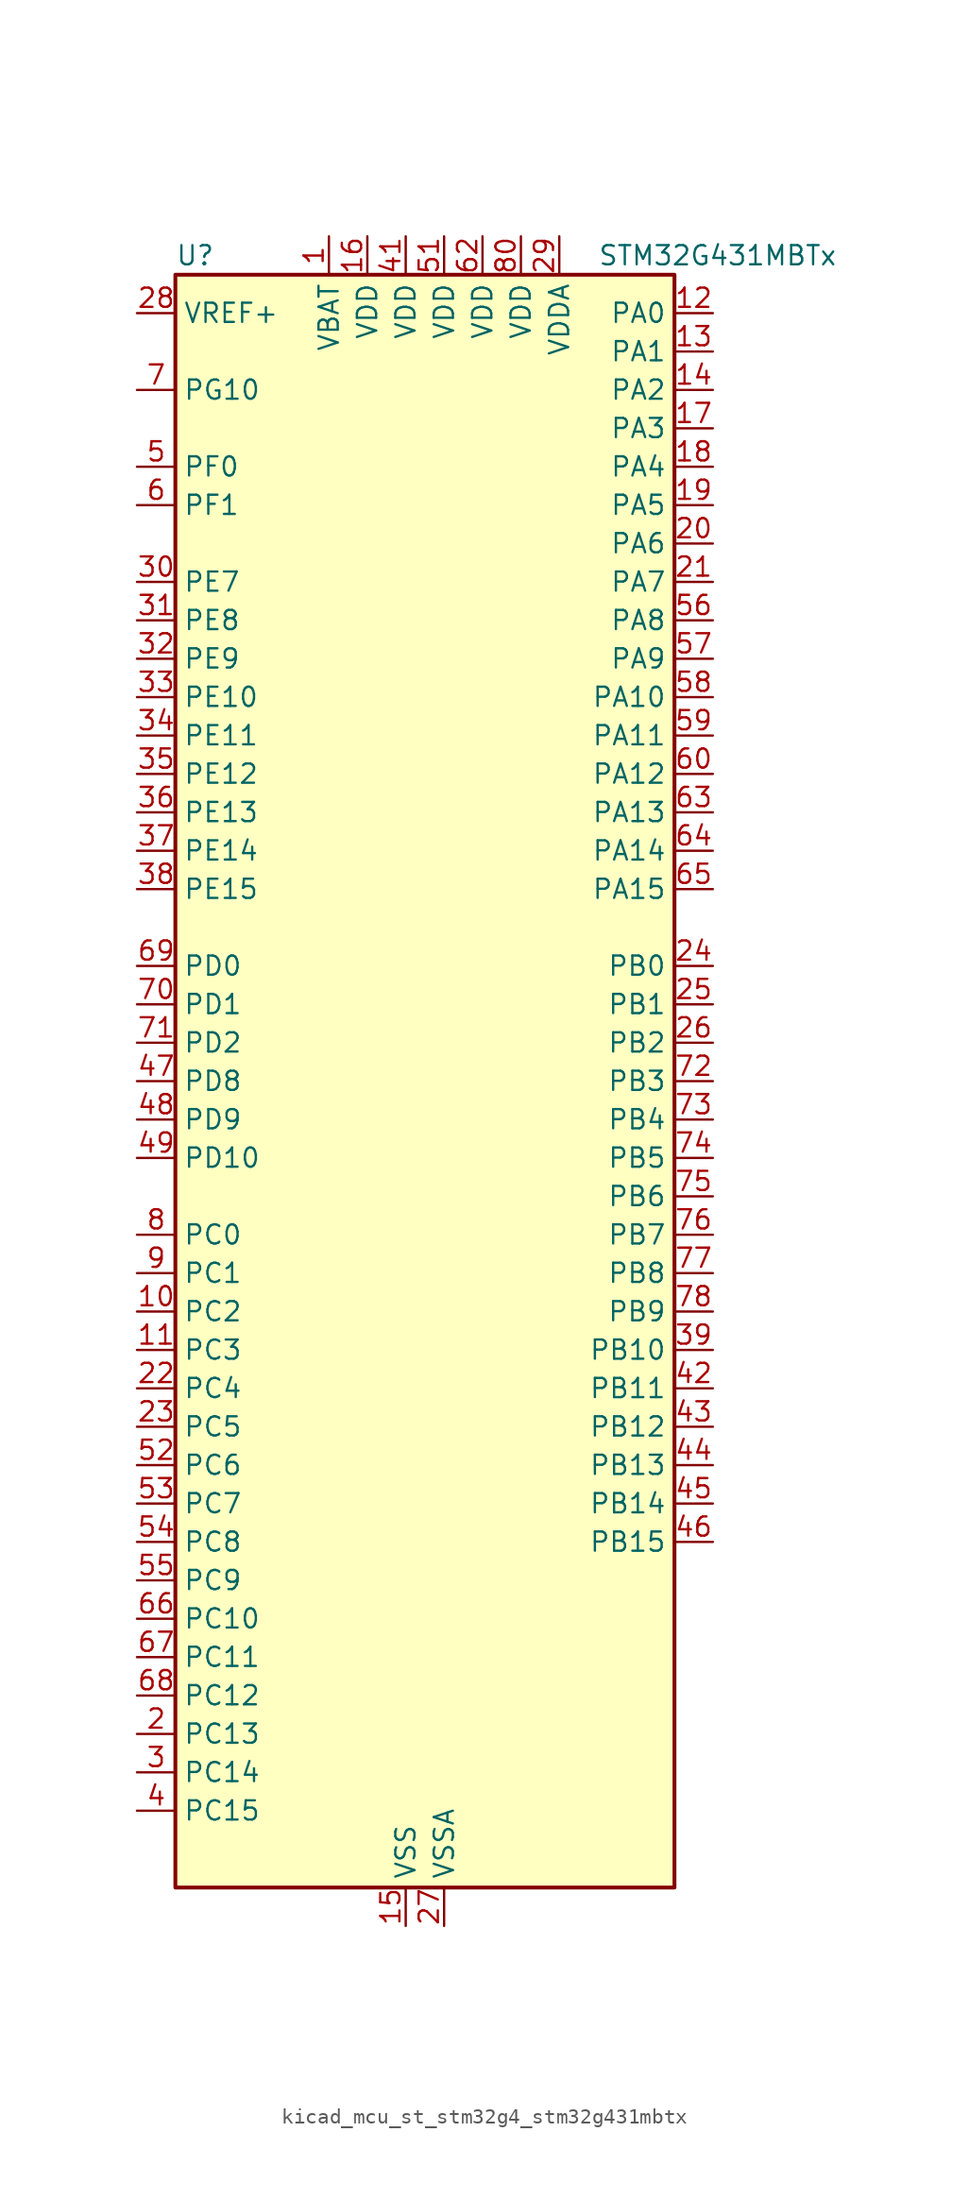
<source format=kicad_sym>
(kicad_symbol_lib
  (version 20220914)
  (generator kicad_symbol_editor)
  (symbol "kicad_mcu_st_stm32g4_stm32g431mbtx"
    (property "Reference" "U"
      (at -15.24 54.61 0)
      (effects (font (size 1.27 1.27)) (justify left)))
    (property "Value" "STM32G431MBTx"
      (at 12.7 54.61 0)
      (effects (font (size 1.27 1.27)) (justify left)))
    (property "ki_locked" ""
      (at 0 0 0)
      (effects (font (size 1.27 1.27))))
    (symbol "kicad_mcu_st_stm32g4_stm32g431mbtx_0_1"
      (rectangle (start -15.24 -53.34) (end 17.78 53.34) (stroke (width 0.254) (type default)) (fill (type background))))
    (symbol "kicad_mcu_st_stm32g4_stm32g431mbtx_1_1"
      (pin power_in line (at -5.08 55.88 270) (length 2.54) (name "VBAT" (effects (font (size 1.27 1.27)))) (number "1" (effects (font (size 1.27 1.27)))))
      (pin bidirectional line (at -17.78 -15.24 0) (length 2.54) (name "PC2" (effects (font (size 1.27 1.27)))) (number "10" (effects (font (size 1.27 1.27)))) (alternate "ADC1_IN8" bidirectional line) (alternate "ADC2_IN8" bidirectional line) (alternate "COMP3_OUT" bidirectional line) (alternate "LPTIM1_IN2" bidirectional line) (alternate "TIM1_CH3" bidirectional line))
      (pin bidirectional line (at -17.78 -17.78 0) (length 2.54) (name "PC3" (effects (font (size 1.27 1.27)))) (number "11" (effects (font (size 1.27 1.27)))) (alternate "ADC1_IN9" bidirectional line) (alternate "ADC2_IN9" bidirectional line) (alternate "LPTIM1_ETR" bidirectional line) (alternate "SAI1_D1" bidirectional line) (alternate "SAI1_SD_A" bidirectional line) (alternate "TIM1_BKIN2" bidirectional line) (alternate "TIM1_CH4" bidirectional line))
      (pin bidirectional line (at 20.32 50.8 180) (length 2.54) (name "PA0" (effects (font (size 1.27 1.27)))) (number "12" (effects (font (size 1.27 1.27)))) (alternate "ADC1_IN1" bidirectional line) (alternate "ADC2_IN1" bidirectional line) (alternate "COMP1_INM" bidirectional line) (alternate "COMP1_OUT" bidirectional line) (alternate "COMP3_INP" bidirectional line) (alternate "RTC_TAMP2" bidirectional line) (alternate "SYS_WKUP1" bidirectional line) (alternate "TIM2_CH1" bidirectional line) (alternate "TIM2_ETR" bidirectional line) (alternate "TIM8_BKIN" bidirectional line) (alternate "TIM8_ETR" bidirectional line) (alternate "USART2_CTS" bidirectional line) (alternate "USART2_NSS" bidirectional line))
      (pin bidirectional line (at 20.32 48.26 180) (length 2.54) (name "PA1" (effects (font (size 1.27 1.27)))) (number "13" (effects (font (size 1.27 1.27)))) (alternate "ADC1_IN2" bidirectional line) (alternate "ADC2_IN2" bidirectional line) (alternate "COMP1_INP" bidirectional line) (alternate "OPAMP1_VINP" bidirectional line) (alternate "OPAMP1_VINP_SEC" bidirectional line) (alternate "OPAMP3_VINP" bidirectional line) (alternate "OPAMP3_VINP_SEC" bidirectional line) (alternate "RTC_REFIN" bidirectional line) (alternate "TIM15_CH1N" bidirectional line) (alternate "TIM2_CH2" bidirectional line) (alternate "USART2_DE" bidirectional line) (alternate "USART2_RTS" bidirectional line))
      (pin bidirectional line (at 20.32 45.72 180) (length 2.54) (name "PA2" (effects (font (size 1.27 1.27)))) (number "14" (effects (font (size 1.27 1.27)))) (alternate "ADC1_IN3" bidirectional line) (alternate "COMP2_INM" bidirectional line) (alternate "COMP2_OUT" bidirectional line) (alternate "LPUART1_TX" bidirectional line) (alternate "OPAMP1_VOUT" bidirectional line) (alternate "RCC_LSCO" bidirectional line) (alternate "SYS_WKUP4" bidirectional line) (alternate "TIM15_CH1" bidirectional line) (alternate "TIM2_CH3" bidirectional line) (alternate "UCPD1_FRSTX1" bidirectional line) (alternate "UCPD1_FRSTX2" bidirectional line) (alternate "USART2_TX" bidirectional line))
      (pin power_in line (at 0 -55.88 90) (length 2.54) (name "VSS" (effects (font (size 1.27 1.27)))) (number "15" (effects (font (size 1.27 1.27)))))
      (pin power_in line (at -2.54 55.88 270) (length 2.54) (name "VDD" (effects (font (size 1.27 1.27)))) (number "16" (effects (font (size 1.27 1.27)))))
      (pin bidirectional line (at 20.32 43.18 180) (length 2.54) (name "PA3" (effects (font (size 1.27 1.27)))) (number "17" (effects (font (size 1.27 1.27)))) (alternate "ADC1_IN4" bidirectional line) (alternate "COMP2_INP" bidirectional line) (alternate "LPUART1_RX" bidirectional line) (alternate "OPAMP1_VINM" bidirectional line) (alternate "OPAMP1_VINM0" bidirectional line) (alternate "OPAMP1_VINM_SEC" bidirectional line) (alternate "OPAMP1_VINP" bidirectional line) (alternate "OPAMP1_VINP_SEC" bidirectional line) (alternate "SAI1_CK1" bidirectional line) (alternate "SAI1_MCLK_A" bidirectional line) (alternate "TIM15_CH2" bidirectional line) (alternate "TIM2_CH4" bidirectional line) (alternate "USART2_RX" bidirectional line))
      (pin bidirectional line (at 20.32 40.64 180) (length 2.54) (name "PA4" (effects (font (size 1.27 1.27)))) (number "18" (effects (font (size 1.27 1.27)))) (alternate "ADC2_IN17" bidirectional line) (alternate "COMP1_INM" bidirectional line) (alternate "DAC1_OUT1" bidirectional line) (alternate "I2S3_WS" bidirectional line) (alternate "SAI1_FS_B" bidirectional line) (alternate "SPI1_NSS" bidirectional line) (alternate "SPI3_NSS" bidirectional line) (alternate "TIM3_CH2" bidirectional line) (alternate "USART2_CK" bidirectional line))
      (pin bidirectional line (at 20.32 38.1 180) (length 2.54) (name "PA5" (effects (font (size 1.27 1.27)))) (number "19" (effects (font (size 1.27 1.27)))) (alternate "ADC2_IN13" bidirectional line) (alternate "COMP2_INM" bidirectional line) (alternate "DAC1_OUT2" bidirectional line) (alternate "OPAMP2_VINM" bidirectional line) (alternate "OPAMP2_VINM0" bidirectional line) (alternate "OPAMP2_VINM_SEC" bidirectional line) (alternate "SPI1_SCK" bidirectional line) (alternate "TIM2_CH1" bidirectional line) (alternate "TIM2_ETR" bidirectional line) (alternate "UCPD1_FRSTX1" bidirectional line) (alternate "UCPD1_FRSTX2" bidirectional line))
      (pin bidirectional line (at -17.78 -43.18 0) (length 2.54) (name "PC13" (effects (font (size 1.27 1.27)))) (number "2" (effects (font (size 1.27 1.27)))) (alternate "RTC_OUT1" bidirectional line) (alternate "RTC_TAMP1" bidirectional line) (alternate "RTC_TS" bidirectional line) (alternate "SYS_WKUP2" bidirectional line) (alternate "TIM1_BKIN" bidirectional line) (alternate "TIM1_CH1N" bidirectional line) (alternate "TIM8_CH4N" bidirectional line))
      (pin bidirectional line (at 20.32 35.56 180) (length 2.54) (name "PA6" (effects (font (size 1.27 1.27)))) (number "20" (effects (font (size 1.27 1.27)))) (alternate "ADC2_IN3" bidirectional line) (alternate "COMP1_OUT" bidirectional line) (alternate "LPUART1_CTS" bidirectional line) (alternate "OPAMP2_VOUT" bidirectional line) (alternate "SPI1_MISO" bidirectional line) (alternate "TIM16_CH1" bidirectional line) (alternate "TIM1_BKIN" bidirectional line) (alternate "TIM3_CH1" bidirectional line) (alternate "TIM8_BKIN" bidirectional line))
      (pin bidirectional line (at 20.32 33.02 180) (length 2.54) (name "PA7" (effects (font (size 1.27 1.27)))) (number "21" (effects (font (size 1.27 1.27)))) (alternate "ADC2_IN4" bidirectional line) (alternate "COMP2_INP" bidirectional line) (alternate "COMP2_OUT" bidirectional line) (alternate "OPAMP1_VINP" bidirectional line) (alternate "OPAMP1_VINP_SEC" bidirectional line) (alternate "OPAMP2_VINP" bidirectional line) (alternate "OPAMP2_VINP_SEC" bidirectional line) (alternate "SPI1_MOSI" bidirectional line) (alternate "TIM17_CH1" bidirectional line) (alternate "TIM1_CH1N" bidirectional line) (alternate "TIM3_CH2" bidirectional line) (alternate "TIM8_CH1N" bidirectional line) (alternate "UCPD1_FRSTX1" bidirectional line) (alternate "UCPD1_FRSTX2" bidirectional line))
      (pin bidirectional line (at -17.78 -20.32 0) (length 2.54) (name "PC4" (effects (font (size 1.27 1.27)))) (number "22" (effects (font (size 1.27 1.27)))) (alternate "ADC2_IN5" bidirectional line) (alternate "I2C2_SCL" bidirectional line) (alternate "TIM1_ETR" bidirectional line) (alternate "USART1_TX" bidirectional line))
      (pin bidirectional line (at -17.78 -22.86 0) (length 2.54) (name "PC5" (effects (font (size 1.27 1.27)))) (number "23" (effects (font (size 1.27 1.27)))) (alternate "ADC2_IN11" bidirectional line) (alternate "OPAMP1_VINM" bidirectional line) (alternate "OPAMP1_VINM1" bidirectional line) (alternate "OPAMP1_VINM_SEC" bidirectional line) (alternate "OPAMP2_VINM" bidirectional line) (alternate "OPAMP2_VINM1" bidirectional line) (alternate "OPAMP2_VINM_SEC" bidirectional line) (alternate "SAI1_D3" bidirectional line) (alternate "SYS_WKUP5" bidirectional line) (alternate "TIM15_BKIN" bidirectional line) (alternate "TIM1_CH4N" bidirectional line) (alternate "USART1_RX" bidirectional line))
      (pin bidirectional line (at 20.32 7.62 180) (length 2.54) (name "PB0" (effects (font (size 1.27 1.27)))) (number "24" (effects (font (size 1.27 1.27)))) (alternate "ADC1_IN15" bidirectional line) (alternate "COMP4_INP" bidirectional line) (alternate "OPAMP2_VINP" bidirectional line) (alternate "OPAMP2_VINP_SEC" bidirectional line) (alternate "OPAMP3_VINP" bidirectional line) (alternate "OPAMP3_VINP_SEC" bidirectional line) (alternate "TIM1_CH2N" bidirectional line) (alternate "TIM3_CH3" bidirectional line) (alternate "TIM8_CH2N" bidirectional line) (alternate "UCPD1_FRSTX1" bidirectional line) (alternate "UCPD1_FRSTX2" bidirectional line))
      (pin bidirectional line (at 20.32 5.08 180) (length 2.54) (name "PB1" (effects (font (size 1.27 1.27)))) (number "25" (effects (font (size 1.27 1.27)))) (alternate "ADC1_IN12" bidirectional line) (alternate "COMP1_INP" bidirectional line) (alternate "COMP4_OUT" bidirectional line) (alternate "LPUART1_DE" bidirectional line) (alternate "LPUART1_RTS" bidirectional line) (alternate "OPAMP3_VOUT" bidirectional line) (alternate "TIM1_CH3N" bidirectional line) (alternate "TIM3_CH4" bidirectional line) (alternate "TIM8_CH3N" bidirectional line))
      (pin bidirectional line (at 20.32 2.54 180) (length 2.54) (name "PB2" (effects (font (size 1.27 1.27)))) (number "26" (effects (font (size 1.27 1.27)))) (alternate "ADC2_IN12" bidirectional line) (alternate "COMP4_INM" bidirectional line) (alternate "I2C3_SMBA" bidirectional line) (alternate "LPTIM1_OUT" bidirectional line) (alternate "OPAMP3_VINM" bidirectional line) (alternate "OPAMP3_VINM0" bidirectional line) (alternate "OPAMP3_VINM_SEC" bidirectional line) (alternate "RTC_OUT2" bidirectional line))
      (pin power_in line (at 2.54 -55.88 90) (length 2.54) (name "VSSA" (effects (font (size 1.27 1.27)))) (number "27" (effects (font (size 1.27 1.27)))))
      (pin input line (at -17.78 50.8 0) (length 2.54) (name "VREF+" (effects (font (size 1.27 1.27)))) (number "28" (effects (font (size 1.27 1.27)))) (alternate "VREFBUF_OUT" bidirectional line))
      (pin power_in line (at 10.16 55.88 270) (length 2.54) (name "VDDA" (effects (font (size 1.27 1.27)))) (number "29" (effects (font (size 1.27 1.27)))))
      (pin bidirectional line (at -17.78 -45.72 0) (length 2.54) (name "PC14" (effects (font (size 1.27 1.27)))) (number "3" (effects (font (size 1.27 1.27)))) (alternate "RCC_OSC32_IN" bidirectional line))
      (pin bidirectional line (at -17.78 33.02 0) (length 2.54) (name "PE7" (effects (font (size 1.27 1.27)))) (number "30" (effects (font (size 1.27 1.27)))) (alternate "COMP4_INP" bidirectional line) (alternate "SAI1_SD_B" bidirectional line) (alternate "TIM1_ETR" bidirectional line))
      (pin bidirectional line (at -17.78 30.48 0) (length 2.54) (name "PE8" (effects (font (size 1.27 1.27)))) (number "31" (effects (font (size 1.27 1.27)))) (alternate "COMP4_INM" bidirectional line) (alternate "SAI1_SCK_B" bidirectional line) (alternate "TIM1_CH1N" bidirectional line))
      (pin bidirectional line (at -17.78 27.94 0) (length 2.54) (name "PE9" (effects (font (size 1.27 1.27)))) (number "32" (effects (font (size 1.27 1.27)))) (alternate "DAC1_EXTI9" bidirectional line) (alternate "DAC3_EXTI9" bidirectional line) (alternate "SAI1_FS_B" bidirectional line) (alternate "TIM1_CH1" bidirectional line))
      (pin bidirectional line (at -17.78 25.4 0) (length 2.54) (name "PE10" (effects (font (size 1.27 1.27)))) (number "33" (effects (font (size 1.27 1.27)))) (alternate "DAC1_EXTI10" bidirectional line) (alternate "DAC3_EXTI10" bidirectional line) (alternate "SAI1_MCLK_B" bidirectional line) (alternate "TIM1_CH2N" bidirectional line))
      (pin bidirectional line (at -17.78 22.86 0) (length 2.54) (name "PE11" (effects (font (size 1.27 1.27)))) (number "34" (effects (font (size 1.27 1.27)))) (alternate "ADC1_EXTI11" bidirectional line) (alternate "ADC2_EXTI11" bidirectional line) (alternate "TIM1_CH2" bidirectional line))
      (pin bidirectional line (at -17.78 20.32 0) (length 2.54) (name "PE12" (effects (font (size 1.27 1.27)))) (number "35" (effects (font (size 1.27 1.27)))) (alternate "TIM1_CH3N" bidirectional line))
      (pin bidirectional line (at -17.78 17.78 0) (length 2.54) (name "PE13" (effects (font (size 1.27 1.27)))) (number "36" (effects (font (size 1.27 1.27)))) (alternate "TIM1_CH3" bidirectional line))
      (pin bidirectional line (at -17.78 15.24 0) (length 2.54) (name "PE14" (effects (font (size 1.27 1.27)))) (number "37" (effects (font (size 1.27 1.27)))) (alternate "TIM1_BKIN2" bidirectional line) (alternate "TIM1_CH4" bidirectional line))
      (pin bidirectional line (at -17.78 12.7 0) (length 2.54) (name "PE15" (effects (font (size 1.27 1.27)))) (number "38" (effects (font (size 1.27 1.27)))) (alternate "ADC1_EXTI15" bidirectional line) (alternate "ADC2_EXTI15" bidirectional line) (alternate "TIM1_BKIN" bidirectional line) (alternate "TIM1_CH4N" bidirectional line) (alternate "USART3_RX" bidirectional line))
      (pin bidirectional line (at 20.32 -17.78 180) (length 2.54) (name "PB10" (effects (font (size 1.27 1.27)))) (number "39" (effects (font (size 1.27 1.27)))) (alternate "DAC1_EXTI10" bidirectional line) (alternate "DAC3_EXTI10" bidirectional line) (alternate "LPUART1_RX" bidirectional line) (alternate "OPAMP3_VINM" bidirectional line) (alternate "OPAMP3_VINM1" bidirectional line) (alternate "OPAMP3_VINM_SEC" bidirectional line) (alternate "SAI1_SCK_A" bidirectional line) (alternate "TIM1_BKIN" bidirectional line) (alternate "TIM2_CH3" bidirectional line) (alternate "USART3_TX" bidirectional line))
      (pin bidirectional line (at -17.78 -48.26 0) (length 2.54) (name "PC15" (effects (font (size 1.27 1.27)))) (number "4" (effects (font (size 1.27 1.27)))) (alternate "ADC1_EXTI15" bidirectional line) (alternate "ADC2_EXTI15" bidirectional line) (alternate "RCC_OSC32_OUT" bidirectional line))
      (pin passive line (at 0 -55.88 90) (length 2.54) hide (name "VSS" (effects (font (size 1.27 1.27)))) (number "40" (effects (font (size 1.27 1.27)))))
      (pin power_in line (at 0 55.88 270) (length 2.54) (name "VDD" (effects (font (size 1.27 1.27)))) (number "41" (effects (font (size 1.27 1.27)))))
      (pin bidirectional line (at 20.32 -20.32 180) (length 2.54) (name "PB11" (effects (font (size 1.27 1.27)))) (number "42" (effects (font (size 1.27 1.27)))) (alternate "ADC1_EXTI11" bidirectional line) (alternate "ADC1_IN14" bidirectional line) (alternate "ADC2_EXTI11" bidirectional line) (alternate "ADC2_IN14" bidirectional line) (alternate "LPUART1_TX" bidirectional line) (alternate "TIM2_CH4" bidirectional line) (alternate "USART3_RX" bidirectional line))
      (pin bidirectional line (at 20.32 -22.86 180) (length 2.54) (name "PB12" (effects (font (size 1.27 1.27)))) (number "43" (effects (font (size 1.27 1.27)))) (alternate "ADC1_IN11" bidirectional line) (alternate "I2C2_SMBA" bidirectional line) (alternate "I2S2_WS" bidirectional line) (alternate "LPUART1_DE" bidirectional line) (alternate "LPUART1_RTS" bidirectional line) (alternate "SPI2_NSS" bidirectional line) (alternate "TIM1_BKIN" bidirectional line) (alternate "USART3_CK" bidirectional line))
      (pin bidirectional line (at 20.32 -25.4 180) (length 2.54) (name "PB13" (effects (font (size 1.27 1.27)))) (number "44" (effects (font (size 1.27 1.27)))) (alternate "I2S2_CK" bidirectional line) (alternate "LPUART1_CTS" bidirectional line) (alternate "OPAMP3_VINP" bidirectional line) (alternate "OPAMP3_VINP_SEC" bidirectional line) (alternate "SPI2_SCK" bidirectional line) (alternate "TIM1_CH1N" bidirectional line) (alternate "USART3_CTS" bidirectional line) (alternate "USART3_NSS" bidirectional line))
      (pin bidirectional line (at 20.32 -27.94 180) (length 2.54) (name "PB14" (effects (font (size 1.27 1.27)))) (number "45" (effects (font (size 1.27 1.27)))) (alternate "ADC1_IN5" bidirectional line) (alternate "COMP4_OUT" bidirectional line) (alternate "OPAMP2_VINP" bidirectional line) (alternate "OPAMP2_VINP_SEC" bidirectional line) (alternate "SPI2_MISO" bidirectional line) (alternate "TIM15_CH1" bidirectional line) (alternate "TIM1_CH2N" bidirectional line) (alternate "USART3_DE" bidirectional line) (alternate "USART3_RTS" bidirectional line))
      (pin bidirectional line (at 20.32 -30.48 180) (length 2.54) (name "PB15" (effects (font (size 1.27 1.27)))) (number "46" (effects (font (size 1.27 1.27)))) (alternate "ADC1_EXTI15" bidirectional line) (alternate "ADC2_EXTI15" bidirectional line) (alternate "ADC2_IN15" bidirectional line) (alternate "COMP3_OUT" bidirectional line) (alternate "I2S2_SD" bidirectional line) (alternate "RTC_REFIN" bidirectional line) (alternate "SPI2_MOSI" bidirectional line) (alternate "TIM15_CH1N" bidirectional line) (alternate "TIM15_CH2" bidirectional line) (alternate "TIM1_CH3N" bidirectional line))
      (pin bidirectional line (at -17.78 0 0) (length 2.54) (name "PD8" (effects (font (size 1.27 1.27)))) (number "47" (effects (font (size 1.27 1.27)))) (alternate "USART3_TX" bidirectional line))
      (pin bidirectional line (at -17.78 -2.54 0) (length 2.54) (name "PD9" (effects (font (size 1.27 1.27)))) (number "48" (effects (font (size 1.27 1.27)))) (alternate "DAC1_EXTI9" bidirectional line) (alternate "DAC3_EXTI9" bidirectional line) (alternate "USART3_RX" bidirectional line))
      (pin bidirectional line (at -17.78 -5.08 0) (length 2.54) (name "PD10" (effects (font (size 1.27 1.27)))) (number "49" (effects (font (size 1.27 1.27)))) (alternate "DAC1_EXTI10" bidirectional line) (alternate "DAC3_EXTI10" bidirectional line) (alternate "USART3_CK" bidirectional line))
      (pin bidirectional line (at -17.78 40.64 0) (length 2.54) (name "PF0" (effects (font (size 1.27 1.27)))) (number "5" (effects (font (size 1.27 1.27)))) (alternate "ADC1_IN10" bidirectional line) (alternate "I2C2_SDA" bidirectional line) (alternate "I2S2_WS" bidirectional line) (alternate "RCC_OSC_IN" bidirectional line) (alternate "SPI2_NSS" bidirectional line) (alternate "TIM1_CH3N" bidirectional line))
      (pin passive line (at 0 -55.88 90) (length 2.54) hide (name "VSS" (effects (font (size 1.27 1.27)))) (number "50" (effects (font (size 1.27 1.27)))))
      (pin power_in line (at 2.54 55.88 270) (length 2.54) (name "VDD" (effects (font (size 1.27 1.27)))) (number "51" (effects (font (size 1.27 1.27)))))
      (pin bidirectional line (at -17.78 -25.4 0) (length 2.54) (name "PC6" (effects (font (size 1.27 1.27)))) (number "52" (effects (font (size 1.27 1.27)))) (alternate "I2S2_MCK" bidirectional line) (alternate "TIM3_CH1" bidirectional line) (alternate "TIM8_CH1" bidirectional line))
      (pin bidirectional line (at -17.78 -27.94 0) (length 2.54) (name "PC7" (effects (font (size 1.27 1.27)))) (number "53" (effects (font (size 1.27 1.27)))) (alternate "I2S3_MCK" bidirectional line) (alternate "TIM3_CH2" bidirectional line) (alternate "TIM8_CH2" bidirectional line))
      (pin bidirectional line (at -17.78 -30.48 0) (length 2.54) (name "PC8" (effects (font (size 1.27 1.27)))) (number "54" (effects (font (size 1.27 1.27)))) (alternate "I2C3_SCL" bidirectional line) (alternate "TIM3_CH3" bidirectional line) (alternate "TIM8_CH3" bidirectional line))
      (pin bidirectional line (at -17.78 -33.02 0) (length 2.54) (name "PC9" (effects (font (size 1.27 1.27)))) (number "55" (effects (font (size 1.27 1.27)))) (alternate "DAC1_EXTI9" bidirectional line) (alternate "DAC3_EXTI9" bidirectional line) (alternate "I2C3_SDA" bidirectional line) (alternate "I2S_CKIN" bidirectional line) (alternate "TIM3_CH4" bidirectional line) (alternate "TIM8_BKIN2" bidirectional line) (alternate "TIM8_CH4" bidirectional line))
      (pin bidirectional line (at 20.32 30.48 180) (length 2.54) (name "PA8" (effects (font (size 1.27 1.27)))) (number "56" (effects (font (size 1.27 1.27)))) (alternate "I2C2_SDA" bidirectional line) (alternate "I2C3_SCL" bidirectional line) (alternate "I2S2_MCK" bidirectional line) (alternate "RCC_MCO" bidirectional line) (alternate "SAI1_CK2" bidirectional line) (alternate "SAI1_SCK_A" bidirectional line) (alternate "TIM1_CH1" bidirectional line) (alternate "TIM4_ETR" bidirectional line) (alternate "USART1_CK" bidirectional line))
      (pin bidirectional line (at 20.32 27.94 180) (length 2.54) (name "PA9" (effects (font (size 1.27 1.27)))) (number "57" (effects (font (size 1.27 1.27)))) (alternate "DAC1_EXTI9" bidirectional line) (alternate "DAC3_EXTI9" bidirectional line) (alternate "I2C2_SCL" bidirectional line) (alternate "I2C3_SMBA" bidirectional line) (alternate "I2S3_MCK" bidirectional line) (alternate "SAI1_FS_A" bidirectional line) (alternate "TIM15_BKIN" bidirectional line) (alternate "TIM1_CH2" bidirectional line) (alternate "TIM2_CH3" bidirectional line) (alternate "UCPD1_DBCC1" bidirectional line) (alternate "USART1_TX" bidirectional line))
      (pin bidirectional line (at 20.32 25.4 180) (length 2.54) (name "PA10" (effects (font (size 1.27 1.27)))) (number "58" (effects (font (size 1.27 1.27)))) (alternate "CRS_SYNC" bidirectional line) (alternate "DAC1_EXTI10" bidirectional line) (alternate "DAC3_EXTI10" bidirectional line) (alternate "I2C2_SMBA" bidirectional line) (alternate "SAI1_D1" bidirectional line) (alternate "SAI1_SD_A" bidirectional line) (alternate "SPI2_MISO" bidirectional line) (alternate "TIM17_BKIN" bidirectional line) (alternate "TIM1_CH3" bidirectional line) (alternate "TIM2_CH4" bidirectional line) (alternate "TIM8_BKIN" bidirectional line) (alternate "UCPD1_DBCC2" bidirectional line) (alternate "USART1_RX" bidirectional line))
      (pin bidirectional line (at 20.32 22.86 180) (length 2.54) (name "PA11" (effects (font (size 1.27 1.27)))) (number "59" (effects (font (size 1.27 1.27)))) (alternate "ADC1_EXTI11" bidirectional line) (alternate "ADC2_EXTI11" bidirectional line) (alternate "COMP1_OUT" bidirectional line) (alternate "FDCAN1_RX" bidirectional line) (alternate "I2S2_SD" bidirectional line) (alternate "SPI2_MOSI" bidirectional line) (alternate "TIM1_BKIN2" bidirectional line) (alternate "TIM1_CH1N" bidirectional line) (alternate "TIM1_CH4" bidirectional line) (alternate "TIM4_CH1" bidirectional line) (alternate "USART1_CTS" bidirectional line) (alternate "USART1_NSS" bidirectional line) (alternate "USB_DM" bidirectional line))
      (pin bidirectional line (at -17.78 38.1 0) (length 2.54) (name "PF1" (effects (font (size 1.27 1.27)))) (number "6" (effects (font (size 1.27 1.27)))) (alternate "ADC2_IN10" bidirectional line) (alternate "COMP3_INM" bidirectional line) (alternate "I2S2_CK" bidirectional line) (alternate "RCC_OSC_OUT" bidirectional line) (alternate "SPI2_SCK" bidirectional line))
      (pin bidirectional line (at 20.32 20.32 180) (length 2.54) (name "PA12" (effects (font (size 1.27 1.27)))) (number "60" (effects (font (size 1.27 1.27)))) (alternate "COMP2_OUT" bidirectional line) (alternate "FDCAN1_TX" bidirectional line) (alternate "I2S_CKIN" bidirectional line) (alternate "TIM16_CH1" bidirectional line) (alternate "TIM1_CH2N" bidirectional line) (alternate "TIM1_ETR" bidirectional line) (alternate "TIM4_CH2" bidirectional line) (alternate "USART1_DE" bidirectional line) (alternate "USART1_RTS" bidirectional line) (alternate "USB_DP" bidirectional line))
      (pin passive line (at 0 -55.88 90) (length 2.54) hide (name "VSS" (effects (font (size 1.27 1.27)))) (number "61" (effects (font (size 1.27 1.27)))))
      (pin power_in line (at 5.08 55.88 270) (length 2.54) (name "VDD" (effects (font (size 1.27 1.27)))) (number "62" (effects (font (size 1.27 1.27)))))
      (pin bidirectional line (at 20.32 17.78 180) (length 2.54) (name "PA13" (effects (font (size 1.27 1.27)))) (number "63" (effects (font (size 1.27 1.27)))) (alternate "I2C1_SCL" bidirectional line) (alternate "IR_OUT" bidirectional line) (alternate "SAI1_SD_B" bidirectional line) (alternate "SYS_JTMS-SWDIO" bidirectional line) (alternate "TIM16_CH1N" bidirectional line) (alternate "TIM4_CH3" bidirectional line) (alternate "USART3_CTS" bidirectional line) (alternate "USART3_NSS" bidirectional line))
      (pin bidirectional line (at 20.32 15.24 180) (length 2.54) (name "PA14" (effects (font (size 1.27 1.27)))) (number "64" (effects (font (size 1.27 1.27)))) (alternate "I2C1_SDA" bidirectional line) (alternate "LPTIM1_OUT" bidirectional line) (alternate "SAI1_FS_B" bidirectional line) (alternate "SYS_JTCK-SWCLK" bidirectional line) (alternate "TIM1_BKIN" bidirectional line) (alternate "TIM8_CH2" bidirectional line) (alternate "USART2_TX" bidirectional line))
      (pin bidirectional line (at 20.32 12.7 180) (length 2.54) (name "PA15" (effects (font (size 1.27 1.27)))) (number "65" (effects (font (size 1.27 1.27)))) (alternate "ADC1_EXTI15" bidirectional line) (alternate "ADC2_EXTI15" bidirectional line) (alternate "I2C1_SCL" bidirectional line) (alternate "I2S3_WS" bidirectional line) (alternate "SPI1_NSS" bidirectional line) (alternate "SPI3_NSS" bidirectional line) (alternate "SYS_JTDI" bidirectional line) (alternate "TIM1_BKIN" bidirectional line) (alternate "TIM2_CH1" bidirectional line) (alternate "TIM2_ETR" bidirectional line) (alternate "TIM8_CH1" bidirectional line) (alternate "UART4_DE" bidirectional line) (alternate "UART4_RTS" bidirectional line) (alternate "USART2_RX" bidirectional line))
      (pin bidirectional line (at -17.78 -35.56 0) (length 2.54) (name "PC10" (effects (font (size 1.27 1.27)))) (number "66" (effects (font (size 1.27 1.27)))) (alternate "DAC1_EXTI10" bidirectional line) (alternate "DAC3_EXTI10" bidirectional line) (alternate "I2S3_CK" bidirectional line) (alternate "SPI3_SCK" bidirectional line) (alternate "TIM8_CH1N" bidirectional line) (alternate "UART4_TX" bidirectional line) (alternate "USART3_TX" bidirectional line))
      (pin bidirectional line (at -17.78 -38.1 0) (length 2.54) (name "PC11" (effects (font (size 1.27 1.27)))) (number "67" (effects (font (size 1.27 1.27)))) (alternate "ADC1_EXTI11" bidirectional line) (alternate "ADC2_EXTI11" bidirectional line) (alternate "I2C3_SDA" bidirectional line) (alternate "SPI3_MISO" bidirectional line) (alternate "TIM8_CH2N" bidirectional line) (alternate "UART4_RX" bidirectional line) (alternate "USART3_RX" bidirectional line))
      (pin bidirectional line (at -17.78 -40.64 0) (length 2.54) (name "PC12" (effects (font (size 1.27 1.27)))) (number "68" (effects (font (size 1.27 1.27)))) (alternate "I2S3_SD" bidirectional line) (alternate "SPI3_MOSI" bidirectional line) (alternate "TIM8_CH3N" bidirectional line) (alternate "UCPD1_FRSTX1" bidirectional line) (alternate "UCPD1_FRSTX2" bidirectional line) (alternate "USART3_CK" bidirectional line))
      (pin bidirectional line (at -17.78 7.62 0) (length 2.54) (name "PD0" (effects (font (size 1.27 1.27)))) (number "69" (effects (font (size 1.27 1.27)))) (alternate "FDCAN1_RX" bidirectional line) (alternate "TIM8_CH4N" bidirectional line))
      (pin bidirectional line (at -17.78 45.72 0) (length 2.54) (name "PG10" (effects (font (size 1.27 1.27)))) (number "7" (effects (font (size 1.27 1.27)))) (alternate "DAC1_EXTI10" bidirectional line) (alternate "DAC3_EXTI10" bidirectional line) (alternate "RCC_MCO" bidirectional line))
      (pin bidirectional line (at -17.78 5.08 0) (length 2.54) (name "PD1" (effects (font (size 1.27 1.27)))) (number "70" (effects (font (size 1.27 1.27)))) (alternate "FDCAN1_TX" bidirectional line) (alternate "TIM8_BKIN2" bidirectional line) (alternate "TIM8_CH4" bidirectional line))
      (pin bidirectional line (at -17.78 2.54 0) (length 2.54) (name "PD2" (effects (font (size 1.27 1.27)))) (number "71" (effects (font (size 1.27 1.27)))) (alternate "TIM3_ETR" bidirectional line) (alternate "TIM8_BKIN" bidirectional line))
      (pin bidirectional line (at 20.32 0 180) (length 2.54) (name "PB3" (effects (font (size 1.27 1.27)))) (number "72" (effects (font (size 1.27 1.27)))) (alternate "CRS_SYNC" bidirectional line) (alternate "I2S3_CK" bidirectional line) (alternate "SAI1_SCK_B" bidirectional line) (alternate "SPI1_SCK" bidirectional line) (alternate "SPI3_SCK" bidirectional line) (alternate "SYS_JTDO-SWO" bidirectional line) (alternate "TIM2_CH2" bidirectional line) (alternate "TIM3_ETR" bidirectional line) (alternate "TIM4_ETR" bidirectional line) (alternate "TIM8_CH1N" bidirectional line) (alternate "USART2_TX" bidirectional line))
      (pin bidirectional line (at 20.32 -2.54 180) (length 2.54) (name "PB4" (effects (font (size 1.27 1.27)))) (number "73" (effects (font (size 1.27 1.27)))) (alternate "SAI1_MCLK_B" bidirectional line) (alternate "SPI1_MISO" bidirectional line) (alternate "SPI3_MISO" bidirectional line) (alternate "SYS_JTRST" bidirectional line) (alternate "TIM16_CH1" bidirectional line) (alternate "TIM17_BKIN" bidirectional line) (alternate "TIM3_CH1" bidirectional line) (alternate "TIM8_CH2N" bidirectional line) (alternate "UCPD1_CC2" bidirectional line) (alternate "USART2_RX" bidirectional line))
      (pin bidirectional line (at 20.32 -5.08 180) (length 2.54) (name "PB5" (effects (font (size 1.27 1.27)))) (number "74" (effects (font (size 1.27 1.27)))) (alternate "I2C1_SMBA" bidirectional line) (alternate "I2C3_SDA" bidirectional line) (alternate "I2S3_SD" bidirectional line) (alternate "LPTIM1_IN1" bidirectional line) (alternate "SAI1_SD_B" bidirectional line) (alternate "SPI1_MOSI" bidirectional line) (alternate "SPI3_MOSI" bidirectional line) (alternate "TIM16_BKIN" bidirectional line) (alternate "TIM17_CH1" bidirectional line) (alternate "TIM3_CH2" bidirectional line) (alternate "TIM8_CH3N" bidirectional line) (alternate "USART2_CK" bidirectional line))
      (pin bidirectional line (at 20.32 -7.62 180) (length 2.54) (name "PB6" (effects (font (size 1.27 1.27)))) (number "75" (effects (font (size 1.27 1.27)))) (alternate "COMP4_OUT" bidirectional line) (alternate "LPTIM1_ETR" bidirectional line) (alternate "SAI1_FS_B" bidirectional line) (alternate "TIM16_CH1N" bidirectional line) (alternate "TIM4_CH1" bidirectional line) (alternate "TIM8_BKIN2" bidirectional line) (alternate "TIM8_CH1" bidirectional line) (alternate "TIM8_ETR" bidirectional line) (alternate "UCPD1_CC1" bidirectional line) (alternate "USART1_TX" bidirectional line))
      (pin bidirectional line (at 20.32 -10.16 180) (length 2.54) (name "PB7" (effects (font (size 1.27 1.27)))) (number "76" (effects (font (size 1.27 1.27)))) (alternate "COMP3_OUT" bidirectional line) (alternate "I2C1_SDA" bidirectional line) (alternate "LPTIM1_IN2" bidirectional line) (alternate "SYS_PVD_IN" bidirectional line) (alternate "TIM17_CH1N" bidirectional line) (alternate "TIM3_CH4" bidirectional line) (alternate "TIM4_CH2" bidirectional line) (alternate "TIM8_BKIN" bidirectional line) (alternate "UART4_CTS" bidirectional line) (alternate "USART1_RX" bidirectional line))
      (pin bidirectional line (at 20.32 -12.7 180) (length 2.54) (name "PB8" (effects (font (size 1.27 1.27)))) (number "77" (effects (font (size 1.27 1.27)))) (alternate "COMP1_OUT" bidirectional line) (alternate "FDCAN1_RX" bidirectional line) (alternate "I2C1_SCL" bidirectional line) (alternate "SAI1_CK1" bidirectional line) (alternate "SAI1_MCLK_A" bidirectional line) (alternate "TIM16_CH1" bidirectional line) (alternate "TIM1_BKIN" bidirectional line) (alternate "TIM4_CH3" bidirectional line) (alternate "TIM8_CH2" bidirectional line) (alternate "USART3_RX" bidirectional line))
      (pin bidirectional line (at 20.32 -15.24 180) (length 2.54) (name "PB9" (effects (font (size 1.27 1.27)))) (number "78" (effects (font (size 1.27 1.27)))) (alternate "COMP2_OUT" bidirectional line) (alternate "DAC1_EXTI9" bidirectional line) (alternate "DAC3_EXTI9" bidirectional line) (alternate "FDCAN1_TX" bidirectional line) (alternate "I2C1_SDA" bidirectional line) (alternate "IR_OUT" bidirectional line) (alternate "SAI1_D2" bidirectional line) (alternate "SAI1_FS_A" bidirectional line) (alternate "TIM17_CH1" bidirectional line) (alternate "TIM1_CH3N" bidirectional line) (alternate "TIM4_CH4" bidirectional line) (alternate "TIM8_CH3" bidirectional line) (alternate "USART3_TX" bidirectional line))
      (pin passive line (at 0 -55.88 90) (length 2.54) hide (name "VSS" (effects (font (size 1.27 1.27)))) (number "79" (effects (font (size 1.27 1.27)))))
      (pin bidirectional line (at -17.78 -10.16 0) (length 2.54) (name "PC0" (effects (font (size 1.27 1.27)))) (number "8" (effects (font (size 1.27 1.27)))) (alternate "ADC1_IN6" bidirectional line) (alternate "ADC2_IN6" bidirectional line) (alternate "COMP3_INM" bidirectional line) (alternate "LPTIM1_IN1" bidirectional line) (alternate "LPUART1_RX" bidirectional line) (alternate "TIM1_CH1" bidirectional line))
      (pin power_in line (at 7.62 55.88 270) (length 2.54) (name "VDD" (effects (font (size 1.27 1.27)))) (number "80" (effects (font (size 1.27 1.27)))))
      (pin bidirectional line (at -17.78 -12.7 0) (length 2.54) (name "PC1" (effects (font (size 1.27 1.27)))) (number "9" (effects (font (size 1.27 1.27)))) (alternate "ADC1_IN7" bidirectional line) (alternate "ADC2_IN7" bidirectional line) (alternate "COMP3_INP" bidirectional line) (alternate "LPTIM1_OUT" bidirectional line) (alternate "LPUART1_TX" bidirectional line) (alternate "SAI1_SD_A" bidirectional line) (alternate "TIM1_CH2" bidirectional line)))))
</source>
